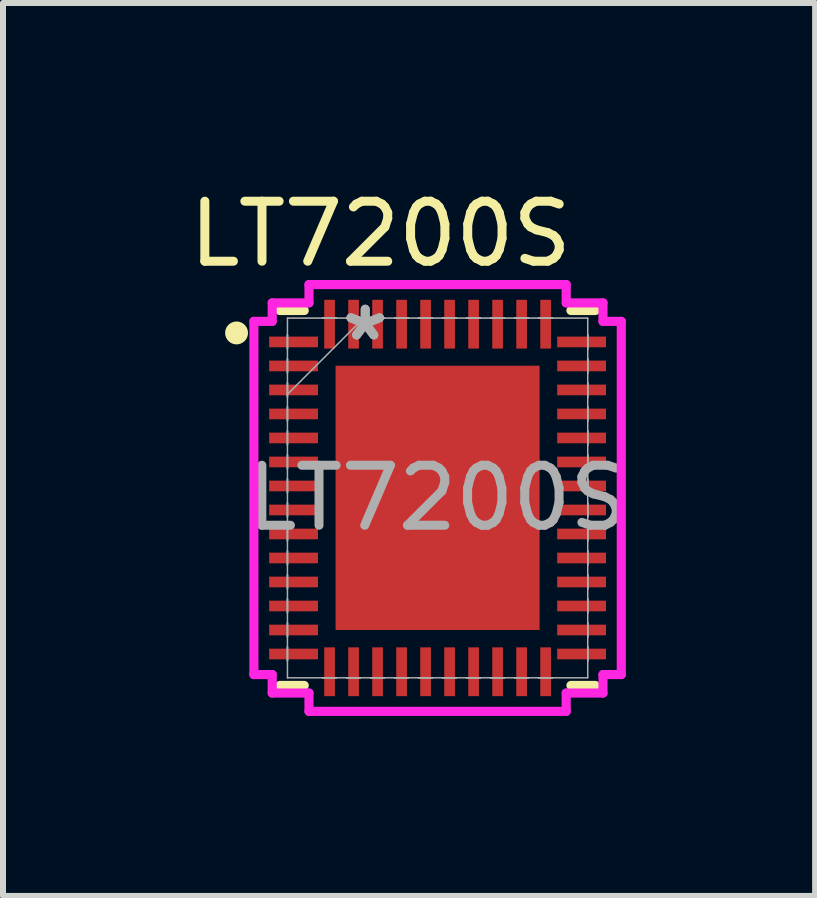
<source format=kicad_pcb>
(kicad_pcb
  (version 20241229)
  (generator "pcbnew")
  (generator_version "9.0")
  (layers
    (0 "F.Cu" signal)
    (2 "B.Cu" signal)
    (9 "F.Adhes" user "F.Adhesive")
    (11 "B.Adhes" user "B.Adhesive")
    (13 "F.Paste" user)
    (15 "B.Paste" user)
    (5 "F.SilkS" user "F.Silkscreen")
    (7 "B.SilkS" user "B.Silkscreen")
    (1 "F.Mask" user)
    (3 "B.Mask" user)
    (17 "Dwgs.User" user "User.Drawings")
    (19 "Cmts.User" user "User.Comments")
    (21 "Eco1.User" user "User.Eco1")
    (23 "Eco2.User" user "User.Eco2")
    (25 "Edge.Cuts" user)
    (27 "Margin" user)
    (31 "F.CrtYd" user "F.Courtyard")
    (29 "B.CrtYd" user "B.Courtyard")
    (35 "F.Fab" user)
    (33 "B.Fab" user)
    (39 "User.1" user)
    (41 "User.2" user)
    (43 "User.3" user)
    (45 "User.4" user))
  (footprint "LT7200S"
    (layer "F.Cu")
    (at 4.242 5.248)
    (property "Reference" "LT7200S" (at -0.95 -4.4 0) (unlocked yes) (layer "F.SilkS") (effects (font (size 1 1) (thickness 0.15))))
    (attr smd)
    (fp_line (start -2.629 3.124) (end -2.222 3.124) (stroke (width 0.152) (type solid)) (layer "F.SilkS"))
    (fp_line (start -2.222 -3.124) (end -2.629 -3.124) (stroke (width 0.152) (type solid)) (layer "F.SilkS"))
    (fp_line (start 2.222 3.124) (end 2.629 3.124) (stroke (width 0.152) (type solid)) (layer "F.SilkS"))
    (fp_line (start 2.629 -3.124) (end 2.222 -3.124) (stroke (width 0.152) (type solid)) (layer "F.SilkS"))
    (fp_circle (center -3.35 -2.75) (end -3.209 -2.75) (stroke (width 0.1) (type solid)) (fill yes) (layer "F.SilkS"))
    (fp_line (start -3.061 -2.943) (end -2.756 -2.943) (stroke (width 0.152) (type solid)) (layer "F.CrtYd"))
    (fp_line (start -3.061 2.943) (end -3.061 -2.943) (stroke (width 0.152) (type solid)) (layer "F.CrtYd"))
    (fp_line (start -2.756 -3.251) (end -2.143 -3.251) (stroke (width 0.152) (type solid)) (layer "F.CrtYd"))
    (fp_line (start -2.756 -2.943) (end -2.756 -3.251) (stroke (width 0.152) (type solid)) (layer "F.CrtYd"))
    (fp_line (start -2.756 2.943) (end -3.061 2.943) (stroke (width 0.152) (type solid)) (layer "F.CrtYd"))
    (fp_line (start -2.756 3.251) (end -2.756 2.943) (stroke (width 0.152) (type solid)) (layer "F.CrtYd"))
    (fp_line (start -2.143 -3.556) (end 2.143 -3.556) (stroke (width 0.152) (type solid)) (layer "F.CrtYd"))
    (fp_line (start -2.143 -3.251) (end -2.143 -3.556) (stroke (width 0.152) (type solid)) (layer "F.CrtYd"))
    (fp_line (start -2.143 3.251) (end -2.756 3.251) (stroke (width 0.152) (type solid)) (layer "F.CrtYd"))
    (fp_line (start -2.143 3.556) (end -2.143 3.251) (stroke (width 0.152) (type solid)) (layer "F.CrtYd"))
    (fp_line (start 2.143 -3.556) (end 2.143 -3.251) (stroke (width 0.152) (type solid)) (layer "F.CrtYd"))
    (fp_line (start 2.143 -3.251) (end 2.756 -3.251) (stroke (width 0.152) (type solid)) (layer "F.CrtYd"))
    (fp_line (start 2.143 3.251) (end 2.143 3.556) (stroke (width 0.152) (type solid)) (layer "F.CrtYd"))
    (fp_line (start 2.143 3.556) (end -2.143 3.556) (stroke (width 0.152) (type solid)) (layer "F.CrtYd"))
    (fp_line (start 2.756 -3.251) (end 2.756 -2.943) (stroke (width 0.152) (type solid)) (layer "F.CrtYd"))
    (fp_line (start 2.756 -2.943) (end 3.061 -2.943) (stroke (width 0.152) (type solid)) (layer "F.CrtYd"))
    (fp_line (start 2.756 2.943) (end 2.756 3.251) (stroke (width 0.152) (type solid)) (layer "F.CrtYd"))
    (fp_line (start 2.756 3.251) (end 2.143 3.251) (stroke (width 0.152) (type solid)) (layer "F.CrtYd"))
    (fp_line (start 3.061 -2.943) (end 3.061 2.943) (stroke (width 0.152) (type solid)) (layer "F.CrtYd"))
    (fp_line (start 3.061 2.943) (end 2.756 2.943) (stroke (width 0.152) (type solid)) (layer "F.CrtYd"))
    (fp_line (start -2.502 -2.997) (end -2.502 2.997) (stroke (width 0.025) (type solid)) (layer "F.Fab"))
    (fp_line (start -2.502 -2.714) (end -2.502 -2.714) (stroke (width 0.025) (type solid)) (layer "F.Fab"))
    (fp_line (start -2.502 -2.714) (end -2.502 -2.486) (stroke (width 0.025) (type solid)) (layer "F.Fab"))
    (fp_line (start -2.502 -2.486) (end -2.502 -2.714) (stroke (width 0.025) (type solid)) (layer "F.Fab"))
    (fp_line (start -2.502 -2.486) (end -2.502 -2.486) (stroke (width 0.025) (type solid)) (layer "F.Fab"))
    (fp_line (start -2.502 -2.314) (end -2.502 -2.314) (stroke (width 0.025) (type solid)) (layer "F.Fab"))
    (fp_line (start -2.502 -2.314) (end -2.502 -2.086) (stroke (width 0.025) (type solid)) (layer "F.Fab"))
    (fp_line (start -2.502 -2.086) (end -2.502 -2.314) (stroke (width 0.025) (type solid)) (layer "F.Fab"))
    (fp_line (start -2.502 -2.086) (end -2.502 -2.086) (stroke (width 0.025) (type solid)) (layer "F.Fab"))
    (fp_line (start -2.502 -1.914) (end -2.502 -1.914) (stroke (width 0.025) (type solid)) (layer "F.Fab"))
    (fp_line (start -2.502 -1.914) (end -2.502 -1.686) (stroke (width 0.025) (type solid)) (layer "F.Fab"))
    (fp_line (start -2.502 -1.727) (end -1.232 -2.997) (stroke (width 0.025) (type solid)) (layer "F.Fab"))
    (fp_line (start -2.502 -1.686) (end -2.502 -1.914) (stroke (width 0.025) (type solid)) (layer "F.Fab"))
    (fp_line (start -2.502 -1.686) (end -2.502 -1.686) (stroke (width 0.025) (type solid)) (layer "F.Fab"))
    (fp_line (start -2.502 -1.514) (end -2.502 -1.514) (stroke (width 0.025) (type solid)) (layer "F.Fab"))
    (fp_line (start -2.502 -1.514) (end -2.502 -1.286) (stroke (width 0.025) (type solid)) (layer "F.Fab"))
    (fp_line (start -2.502 -1.286) (end -2.502 -1.514) (stroke (width 0.025) (type solid)) (layer "F.Fab"))
    (fp_line (start -2.502 -1.286) (end -2.502 -1.286) (stroke (width 0.025) (type solid)) (layer "F.Fab"))
    (fp_line (start -2.502 -1.114) (end -2.502 -1.114) (stroke (width 0.025) (type solid)) (layer "F.Fab"))
    (fp_line (start -2.502 -1.114) (end -2.502 -0.886) (stroke (width 0.025) (type solid)) (layer "F.Fab"))
    (fp_line (start -2.502 -0.886) (end -2.502 -1.114) (stroke (width 0.025) (type solid)) (layer "F.Fab"))
    (fp_line (start -2.502 -0.886) (end -2.502 -0.886) (stroke (width 0.025) (type solid)) (layer "F.Fab"))
    (fp_line (start -2.502 -0.714) (end -2.502 -0.714) (stroke (width 0.025) (type solid)) (layer "F.Fab"))
    (fp_line (start -2.502 -0.714) (end -2.502 -0.486) (stroke (width 0.025) (type solid)) (layer "F.Fab"))
    (fp_line (start -2.502 -0.486) (end -2.502 -0.714) (stroke (width 0.025) (type solid)) (layer "F.Fab"))
    (fp_line (start -2.502 -0.486) (end -2.502 -0.486) (stroke (width 0.025) (type solid)) (layer "F.Fab"))
    (fp_line (start -2.502 -0.314) (end -2.502 -0.314) (stroke (width 0.025) (type solid)) (layer "F.Fab"))
    (fp_line (start -2.502 -0.314) (end -2.502 -0.086) (stroke (width 0.025) (type solid)) (layer "F.Fab"))
    (fp_line (start -2.502 -0.086) (end -2.502 -0.314) (stroke (width 0.025) (type solid)) (layer "F.Fab"))
    (fp_line (start -2.502 -0.086) (end -2.502 -0.086) (stroke (width 0.025) (type solid)) (layer "F.Fab"))
    (fp_line (start -2.502 0.086) (end -2.502 0.086) (stroke (width 0.025) (type solid)) (layer "F.Fab"))
    (fp_line (start -2.502 0.086) (end -2.502 0.314) (stroke (width 0.025) (type solid)) (layer "F.Fab"))
    (fp_line (start -2.502 0.314) (end -2.502 0.086) (stroke (width 0.025) (type solid)) (layer "F.Fab"))
    (fp_line (start -2.502 0.314) (end -2.502 0.314) (stroke (width 0.025) (type solid)) (layer "F.Fab"))
    (fp_line (start -2.502 0.486) (end -2.502 0.486) (stroke (width 0.025) (type solid)) (layer "F.Fab"))
    (fp_line (start -2.502 0.486) (end -2.502 0.714) (stroke (width 0.025) (type solid)) (layer "F.Fab"))
    (fp_line (start -2.502 0.714) (end -2.502 0.486) (stroke (width 0.025) (type solid)) (layer "F.Fab"))
    (fp_line (start -2.502 0.714) (end -2.502 0.714) (stroke (width 0.025) (type solid)) (layer "F.Fab"))
    (fp_line (start -2.502 0.886) (end -2.502 0.886) (stroke (width 0.025) (type solid)) (layer "F.Fab"))
    (fp_line (start -2.502 0.886) (end -2.502 1.114) (stroke (width 0.025) (type solid)) (layer "F.Fab"))
    (fp_line (start -2.502 1.114) (end -2.502 0.886) (stroke (width 0.025) (type solid)) (layer "F.Fab"))
    (fp_line (start -2.502 1.114) (end -2.502 1.114) (stroke (width 0.025) (type solid)) (layer "F.Fab"))
    (fp_line (start -2.502 1.286) (end -2.502 1.286) (stroke (width 0.025) (type solid)) (layer "F.Fab"))
    (fp_line (start -2.502 1.286) (end -2.502 1.514) (stroke (width 0.025) (type solid)) (layer "F.Fab"))
    (fp_line (start -2.502 1.514) (end -2.502 1.286) (stroke (width 0.025) (type solid)) (layer "F.Fab"))
    (fp_line (start -2.502 1.514) (end -2.502 1.514) (stroke (width 0.025) (type solid)) (layer "F.Fab"))
    (fp_line (start -2.502 1.686) (end -2.502 1.686) (stroke (width 0.025) (type solid)) (layer "F.Fab"))
    (fp_line (start -2.502 1.686) (end -2.502 1.914) (stroke (width 0.025) (type solid)) (layer "F.Fab"))
    (fp_line (start -2.502 1.914) (end -2.502 1.686) (stroke (width 0.025) (type solid)) (layer "F.Fab"))
    (fp_line (start -2.502 1.914) (end -2.502 1.914) (stroke (width 0.025) (type solid)) (layer "F.Fab"))
    (fp_line (start -2.502 2.086) (end -2.502 2.086) (stroke (width 0.025) (type solid)) (layer "F.Fab"))
    (fp_line (start -2.502 2.086) (end -2.502 2.314) (stroke (width 0.025) (type solid)) (layer "F.Fab"))
    (fp_line (start -2.502 2.314) (end -2.502 2.086) (stroke (width 0.025) (type solid)) (layer "F.Fab"))
    (fp_line (start -2.502 2.314) (end -2.502 2.314) (stroke (width 0.025) (type solid)) (layer "F.Fab"))
    (fp_line (start -2.502 2.486) (end -2.502 2.486) (stroke (width 0.025) (type solid)) (layer "F.Fab"))
    (fp_line (start -2.502 2.486) (end -2.502 2.714) (stroke (width 0.025) (type solid)) (layer "F.Fab"))
    (fp_line (start -2.502 2.714) (end -2.502 2.486) (stroke (width 0.025) (type solid)) (layer "F.Fab"))
    (fp_line (start -2.502 2.714) (end -2.502 2.714) (stroke (width 0.025) (type solid)) (layer "F.Fab"))
    (fp_line (start -2.502 2.997) (end 2.502 2.997) (stroke (width 0.025) (type solid)) (layer "F.Fab"))
    (fp_line (start -1.914 -2.997) (end -1.914 -2.997) (stroke (width 0.025) (type solid)) (layer "F.Fab"))
    (fp_line (start -1.914 -2.997) (end -1.686 -2.997) (stroke (width 0.025) (type solid)) (layer "F.Fab"))
    (fp_line (start -1.914 2.997) (end -1.914 2.997) (stroke (width 0.025) (type solid)) (layer "F.Fab"))
    (fp_line (start -1.914 2.997) (end -1.686 2.997) (stroke (width 0.025) (type solid)) (layer "F.Fab"))
    (fp_line (start -1.686 -2.997) (end -1.914 -2.997) (stroke (width 0.025) (type solid)) (layer "F.Fab"))
    (fp_line (start -1.686 -2.997) (end -1.686 -2.997) (stroke (width 0.025) (type solid)) (layer "F.Fab"))
    (fp_line (start -1.686 2.997) (end -1.914 2.997) (stroke (width 0.025) (type solid)) (layer "F.Fab"))
    (fp_line (start -1.686 2.997) (end -1.686 2.997) (stroke (width 0.025) (type solid)) (layer "F.Fab"))
    (fp_line (start -1.514 -2.997) (end -1.514 -2.997) (stroke (width 0.025) (type solid)) (layer "F.Fab"))
    (fp_line (start -1.514 -2.997) (end -1.286 -2.997) (stroke (width 0.025) (type solid)) (layer "F.Fab"))
    (fp_line (start -1.514 2.997) (end -1.514 2.997) (stroke (width 0.025) (type solid)) (layer "F.Fab"))
    (fp_line (start -1.514 2.997) (end -1.286 2.997) (stroke (width 0.025) (type solid)) (layer "F.Fab"))
    (fp_line (start -1.286 -2.997) (end -1.514 -2.997) (stroke (width 0.025) (type solid)) (layer "F.Fab"))
    (fp_line (start -1.286 -2.997) (end -1.286 -2.997) (stroke (width 0.025) (type solid)) (layer "F.Fab"))
    (fp_line (start -1.286 2.997) (end -1.514 2.997) (stroke (width 0.025) (type solid)) (layer "F.Fab"))
    (fp_line (start -1.286 2.997) (end -1.286 2.997) (stroke (width 0.025) (type solid)) (layer "F.Fab"))
    (fp_line (start -1.114 -2.997) (end -1.114 -2.997) (stroke (width 0.025) (type solid)) (layer "F.Fab"))
    (fp_line (start -1.114 -2.997) (end -0.886 -2.997) (stroke (width 0.025) (type solid)) (layer "F.Fab"))
    (fp_line (start -1.114 2.997) (end -1.114 2.997) (stroke (width 0.025) (type solid)) (layer "F.Fab"))
    (fp_line (start -1.114 2.997) (end -0.886 2.997) (stroke (width 0.025) (type solid)) (layer "F.Fab"))
    (fp_line (start -0.886 -2.997) (end -1.114 -2.997) (stroke (width 0.025) (type solid)) (layer "F.Fab"))
    (fp_line (start -0.886 -2.997) (end -0.886 -2.997) (stroke (width 0.025) (type solid)) (layer "F.Fab"))
    (fp_line (start -0.886 2.997) (end -1.114 2.997) (stroke (width 0.025) (type solid)) (layer "F.Fab"))
    (fp_line (start -0.886 2.997) (end -0.886 2.997) (stroke (width 0.025) (type solid)) (layer "F.Fab"))
    (fp_line (start -0.714 -2.997) (end -0.714 -2.997) (stroke (width 0.025) (type solid)) (layer "F.Fab"))
    (fp_line (start -0.714 -2.997) (end -0.486 -2.997) (stroke (width 0.025) (type solid)) (layer "F.Fab"))
    (fp_line (start -0.714 2.997) (end -0.714 2.997) (stroke (width 0.025) (type solid)) (layer "F.Fab"))
    (fp_line (start -0.714 2.997) (end -0.486 2.997) (stroke (width 0.025) (type solid)) (layer "F.Fab"))
    (fp_line (start -0.486 -2.997) (end -0.714 -2.997) (stroke (width 0.025) (type solid)) (layer "F.Fab"))
    (fp_line (start -0.486 -2.997) (end -0.486 -2.997) (stroke (width 0.025) (type solid)) (layer "F.Fab"))
    (fp_line (start -0.486 2.997) (end -0.714 2.997) (stroke (width 0.025) (type solid)) (layer "F.Fab"))
    (fp_line (start -0.486 2.997) (end -0.486 2.997) (stroke (width 0.025) (type solid)) (layer "F.Fab"))
    (fp_line (start -0.314 -2.997) (end -0.314 -2.997) (stroke (width 0.025) (type solid)) (layer "F.Fab"))
    (fp_line (start -0.314 -2.997) (end -0.086 -2.997) (stroke (width 0.025) (type solid)) (layer "F.Fab"))
    (fp_line (start -0.314 2.997) (end -0.314 2.997) (stroke (width 0.025) (type solid)) (layer "F.Fab"))
    (fp_line (start -0.314 2.997) (end -0.086 2.997) (stroke (width 0.025) (type solid)) (layer "F.Fab"))
    (fp_line (start -0.086 -2.997) (end -0.314 -2.997) (stroke (width 0.025) (type solid)) (layer "F.Fab"))
    (fp_line (start -0.086 -2.997) (end -0.086 -2.997) (stroke (width 0.025) (type solid)) (layer "F.Fab"))
    (fp_line (start -0.086 2.997) (end -0.314 2.997) (stroke (width 0.025) (type solid)) (layer "F.Fab"))
    (fp_line (start -0.086 2.997) (end -0.086 2.997) (stroke (width 0.025) (type solid)) (layer "F.Fab"))
    (fp_line (start 0.086 -2.997) (end 0.086 -2.997) (stroke (width 0.025) (type solid)) (layer "F.Fab"))
    (fp_line (start 0.086 -2.997) (end 0.314 -2.997) (stroke (width 0.025) (type solid)) (layer "F.Fab"))
    (fp_line (start 0.086 2.997) (end 0.086 2.997) (stroke (width 0.025) (type solid)) (layer "F.Fab"))
    (fp_line (start 0.086 2.997) (end 0.314 2.997) (stroke (width 0.025) (type solid)) (layer "F.Fab"))
    (fp_line (start 0.314 -2.997) (end 0.086 -2.997) (stroke (width 0.025) (type solid)) (layer "F.Fab"))
    (fp_line (start 0.314 -2.997) (end 0.314 -2.997) (stroke (width 0.025) (type solid)) (layer "F.Fab"))
    (fp_line (start 0.314 2.997) (end 0.086 2.997) (stroke (width 0.025) (type solid)) (layer "F.Fab"))
    (fp_line (start 0.314 2.997) (end 0.314 2.997) (stroke (width 0.025) (type solid)) (layer "F.Fab"))
    (fp_line (start 0.486 -2.997) (end 0.486 -2.997) (stroke (width 0.025) (type solid)) (layer "F.Fab"))
    (fp_line (start 0.486 -2.997) (end 0.714 -2.997) (stroke (width 0.025) (type solid)) (layer "F.Fab"))
    (fp_line (start 0.486 2.997) (end 0.486 2.997) (stroke (width 0.025) (type solid)) (layer "F.Fab"))
    (fp_line (start 0.486 2.997) (end 0.714 2.997) (stroke (width 0.025) (type solid)) (layer "F.Fab"))
    (fp_line (start 0.714 -2.997) (end 0.486 -2.997) (stroke (width 0.025) (type solid)) (layer "F.Fab"))
    (fp_line (start 0.714 -2.997) (end 0.714 -2.997) (stroke (width 0.025) (type solid)) (layer "F.Fab"))
    (fp_line (start 0.714 2.997) (end 0.486 2.997) (stroke (width 0.025) (type solid)) (layer "F.Fab"))
    (fp_line (start 0.714 2.997) (end 0.714 2.997) (stroke (width 0.025) (type solid)) (layer "F.Fab"))
    (fp_line (start 0.886 -2.997) (end 0.886 -2.997) (stroke (width 0.025) (type solid)) (layer "F.Fab"))
    (fp_line (start 0.886 -2.997) (end 1.114 -2.997) (stroke (width 0.025) (type solid)) (layer "F.Fab"))
    (fp_line (start 0.886 2.997) (end 0.886 2.997) (stroke (width 0.025) (type solid)) (layer "F.Fab"))
    (fp_line (start 0.886 2.997) (end 1.114 2.997) (stroke (width 0.025) (type solid)) (layer "F.Fab"))
    (fp_line (start 1.114 -2.997) (end 0.886 -2.997) (stroke (width 0.025) (type solid)) (layer "F.Fab"))
    (fp_line (start 1.114 -2.997) (end 1.114 -2.997) (stroke (width 0.025) (type solid)) (layer "F.Fab"))
    (fp_line (start 1.114 2.997) (end 0.886 2.997) (stroke (width 0.025) (type solid)) (layer "F.Fab"))
    (fp_line (start 1.114 2.997) (end 1.114 2.997) (stroke (width 0.025) (type solid)) (layer "F.Fab"))
    (fp_line (start 1.286 -2.997) (end 1.286 -2.997) (stroke (width 0.025) (type solid)) (layer "F.Fab"))
    (fp_line (start 1.286 -2.997) (end 1.514 -2.997) (stroke (width 0.025) (type solid)) (layer "F.Fab"))
    (fp_line (start 1.286 2.997) (end 1.286 2.997) (stroke (width 0.025) (type solid)) (layer "F.Fab"))
    (fp_line (start 1.286 2.997) (end 1.514 2.997) (stroke (width 0.025) (type solid)) (layer "F.Fab"))
    (fp_line (start 1.514 -2.997) (end 1.286 -2.997) (stroke (width 0.025) (type solid)) (layer "F.Fab"))
    (fp_line (start 1.514 -2.997) (end 1.514 -2.997) (stroke (width 0.025) (type solid)) (layer "F.Fab"))
    (fp_line (start 1.514 2.997) (end 1.286 2.997) (stroke (width 0.025) (type solid)) (layer "F.Fab"))
    (fp_line (start 1.514 2.997) (end 1.514 2.997) (stroke (width 0.025) (type solid)) (layer "F.Fab"))
    (fp_line (start 1.686 -2.997) (end 1.686 -2.997) (stroke (width 0.025) (type solid)) (layer "F.Fab"))
    (fp_line (start 1.686 -2.997) (end 1.914 -2.997) (stroke (width 0.025) (type solid)) (layer "F.Fab"))
    (fp_line (start 1.686 2.997) (end 1.686 2.997) (stroke (width 0.025) (type solid)) (layer "F.Fab"))
    (fp_line (start 1.686 2.997) (end 1.914 2.997) (stroke (width 0.025) (type solid)) (layer "F.Fab"))
    (fp_line (start 1.914 -2.997) (end 1.686 -2.997) (stroke (width 0.025) (type solid)) (layer "F.Fab"))
    (fp_line (start 1.914 -2.997) (end 1.914 -2.997) (stroke (width 0.025) (type solid)) (layer "F.Fab"))
    (fp_line (start 1.914 2.997) (end 1.686 2.997) (stroke (width 0.025) (type solid)) (layer "F.Fab"))
    (fp_line (start 1.914 2.997) (end 1.914 2.997) (stroke (width 0.025) (type solid)) (layer "F.Fab"))
    (fp_line (start 2.502 -2.997) (end -2.502 -2.997) (stroke (width 0.025) (type solid)) (layer "F.Fab"))
    (fp_line (start 2.502 -2.714) (end 2.502 -2.714) (stroke (width 0.025) (type solid)) (layer "F.Fab"))
    (fp_line (start 2.502 -2.714) (end 2.502 -2.486) (stroke (width 0.025) (type solid)) (layer "F.Fab"))
    (fp_line (start 2.502 -2.486) (end 2.502 -2.714) (stroke (width 0.025) (type solid)) (layer "F.Fab"))
    (fp_line (start 2.502 -2.486) (end 2.502 -2.486) (stroke (width 0.025) (type solid)) (layer "F.Fab"))
    (fp_line (start 2.502 -2.314) (end 2.502 -2.314) (stroke (width 0.025) (type solid)) (layer "F.Fab"))
    (fp_line (start 2.502 -2.314) (end 2.502 -2.086) (stroke (width 0.025) (type solid)) (layer "F.Fab"))
    (fp_line (start 2.502 -2.086) (end 2.502 -2.314) (stroke (width 0.025) (type solid)) (layer "F.Fab"))
    (fp_line (start 2.502 -2.086) (end 2.502 -2.086) (stroke (width 0.025) (type solid)) (layer "F.Fab"))
    (fp_line (start 2.502 -1.914) (end 2.502 -1.914) (stroke (width 0.025) (type solid)) (layer "F.Fab"))
    (fp_line (start 2.502 -1.914) (end 2.502 -1.686) (stroke (width 0.025) (type solid)) (layer "F.Fab"))
    (fp_line (start 2.502 -1.686) (end 2.502 -1.914) (stroke (width 0.025) (type solid)) (layer "F.Fab"))
    (fp_line (start 2.502 -1.686) (end 2.502 -1.686) (stroke (width 0.025) (type solid)) (layer "F.Fab"))
    (fp_line (start 2.502 -1.514) (end 2.502 -1.514) (stroke (width 0.025) (type solid)) (layer "F.Fab"))
    (fp_line (start 2.502 -1.514) (end 2.502 -1.286) (stroke (width 0.025) (type solid)) (layer "F.Fab"))
    (fp_line (start 2.502 -1.286) (end 2.502 -1.514) (stroke (width 0.025) (type solid)) (layer "F.Fab"))
    (fp_line (start 2.502 -1.286) (end 2.502 -1.286) (stroke (width 0.025) (type solid)) (layer "F.Fab"))
    (fp_line (start 2.502 -1.114) (end 2.502 -1.114) (stroke (width 0.025) (type solid)) (layer "F.Fab"))
    (fp_line (start 2.502 -1.114) (end 2.502 -0.886) (stroke (width 0.025) (type solid)) (layer "F.Fab"))
    (fp_line (start 2.502 -0.886) (end 2.502 -1.114) (stroke (width 0.025) (type solid)) (layer "F.Fab"))
    (fp_line (start 2.502 -0.886) (end 2.502 -0.886) (stroke (width 0.025) (type solid)) (layer "F.Fab"))
    (fp_line (start 2.502 -0.714) (end 2.502 -0.714) (stroke (width 0.025) (type solid)) (layer "F.Fab"))
    (fp_line (start 2.502 -0.714) (end 2.502 -0.486) (stroke (width 0.025) (type solid)) (layer "F.Fab"))
    (fp_line (start 2.502 -0.486) (end 2.502 -0.714) (stroke (width 0.025) (type solid)) (layer "F.Fab"))
    (fp_line (start 2.502 -0.486) (end 2.502 -0.486) (stroke (width 0.025) (type solid)) (layer "F.Fab"))
    (fp_line (start 2.502 -0.314) (end 2.502 -0.314) (stroke (width 0.025) (type solid)) (layer "F.Fab"))
    (fp_line (start 2.502 -0.314) (end 2.502 -0.086) (stroke (width 0.025) (type solid)) (layer "F.Fab"))
    (fp_line (start 2.502 -0.086) (end 2.502 -0.314) (stroke (width 0.025) (type solid)) (layer "F.Fab"))
    (fp_line (start 2.502 -0.086) (end 2.502 -0.086) (stroke (width 0.025) (type solid)) (layer "F.Fab"))
    (fp_line (start 2.502 0.086) (end 2.502 0.086) (stroke (width 0.025) (type solid)) (layer "F.Fab"))
    (fp_line (start 2.502 0.086) (end 2.502 0.314) (stroke (width 0.025) (type solid)) (layer "F.Fab"))
    (fp_line (start 2.502 0.314) (end 2.502 0.086) (stroke (width 0.025) (type solid)) (layer "F.Fab"))
    (fp_line (start 2.502 0.314) (end 2.502 0.314) (stroke (width 0.025) (type solid)) (layer "F.Fab"))
    (fp_line (start 2.502 0.486) (end 2.502 0.486) (stroke (width 0.025) (type solid)) (layer "F.Fab"))
    (fp_line (start 2.502 0.486) (end 2.502 0.714) (stroke (width 0.025) (type solid)) (layer "F.Fab"))
    (fp_line (start 2.502 0.714) (end 2.502 0.486) (stroke (width 0.025) (type solid)) (layer "F.Fab"))
    (fp_line (start 2.502 0.714) (end 2.502 0.714) (stroke (width 0.025) (type solid)) (layer "F.Fab"))
    (fp_line (start 2.502 0.886) (end 2.502 0.886) (stroke (width 0.025) (type solid)) (layer "F.Fab"))
    (fp_line (start 2.502 0.886) (end 2.502 1.114) (stroke (width 0.025) (type solid)) (layer "F.Fab"))
    (fp_line (start 2.502 1.114) (end 2.502 0.886) (stroke (width 0.025) (type solid)) (layer "F.Fab"))
    (fp_line (start 2.502 1.114) (end 2.502 1.114) (stroke (width 0.025) (type solid)) (layer "F.Fab"))
    (fp_line (start 2.502 1.286) (end 2.502 1.286) (stroke (width 0.025) (type solid)) (layer "F.Fab"))
    (fp_line (start 2.502 1.286) (end 2.502 1.514) (stroke (width 0.025) (type solid)) (layer "F.Fab"))
    (fp_line (start 2.502 1.514) (end 2.502 1.286) (stroke (width 0.025) (type solid)) (layer "F.Fab"))
    (fp_line (start 2.502 1.514) (end 2.502 1.514) (stroke (width 0.025) (type solid)) (layer "F.Fab"))
    (fp_line (start 2.502 1.686) (end 2.502 1.686) (stroke (width 0.025) (type solid)) (layer "F.Fab"))
    (fp_line (start 2.502 1.686) (end 2.502 1.914) (stroke (width 0.025) (type solid)) (layer "F.Fab"))
    (fp_line (start 2.502 1.914) (end 2.502 1.686) (stroke (width 0.025) (type solid)) (layer "F.Fab"))
    (fp_line (start 2.502 1.914) (end 2.502 1.914) (stroke (width 0.025) (type solid)) (layer "F.Fab"))
    (fp_line (start 2.502 2.086) (end 2.502 2.086) (stroke (width 0.025) (type solid)) (layer "F.Fab"))
    (fp_line (start 2.502 2.086) (end 2.502 2.314) (stroke (width 0.025) (type solid)) (layer "F.Fab"))
    (fp_line (start 2.502 2.314) (end 2.502 2.086) (stroke (width 0.025) (type solid)) (layer "F.Fab"))
    (fp_line (start 2.502 2.314) (end 2.502 2.314) (stroke (width 0.025) (type solid)) (layer "F.Fab"))
    (fp_line (start 2.502 2.486) (end 2.502 2.486) (stroke (width 0.025) (type solid)) (layer "F.Fab"))
    (fp_line (start 2.502 2.486) (end 2.502 2.714) (stroke (width 0.025) (type solid)) (layer "F.Fab"))
    (fp_line (start 2.502 2.714) (end 2.502 2.486) (stroke (width 0.025) (type solid)) (layer "F.Fab"))
    (fp_line (start 2.502 2.714) (end 2.502 2.714) (stroke (width 0.025) (type solid)) (layer "F.Fab"))
    (fp_line (start 2.502 2.997) (end 2.502 -2.997) (stroke (width 0.025) (type solid)) (layer "F.Fab"))
    (fp_text user "*" (at -1.206 -2.6 0) (layer "F.Fab") (effects (font (size 1 1) (thickness 0.15))))
    (fp_text user "*" (at -1.206 -2.6 0) (unlocked yes) (layer "F.Fab") (effects (font (size 1 1) (thickness 0.15))))
    (fp_text user "${REFERENCE}" (at 0 0 0) (unlocked yes) (layer "F.Fab") (effects (font (size 1 1) (thickness 0.15))))
    (pad "1" smd rect (at -2.4 -2.6 90) (size 0.178 0.813) (layers "F.Cu" "F.Mask" "F.Paste"))
    (pad "2" smd rect (at -2.4 -2.2 90) (size 0.178 0.813) (layers "F.Cu" "F.Mask" "F.Paste"))
    (pad "3" smd rect (at -2.4 -1.8 90) (size 0.178 0.813) (layers "F.Cu" "F.Mask" "F.Paste"))
    (pad "4" smd rect (at -2.4 -1.4 90) (size 0.178 0.813) (layers "F.Cu" "F.Mask" "F.Paste"))
    (pad "5" smd rect (at -2.4 -1 90) (size 0.178 0.813) (layers "F.Cu" "F.Mask" "F.Paste"))
    (pad "6" smd rect (at -2.4 -0.6 90) (size 0.178 0.813) (layers "F.Cu" "F.Mask" "F.Paste"))
    (pad "7" smd rect (at -2.4 -0.2 90) (size 0.178 0.813) (layers "F.Cu" "F.Mask" "F.Paste"))
    (pad "8" smd rect (at -2.4 0.2 90) (size 0.178 0.813) (layers "F.Cu" "F.Mask" "F.Paste"))
    (pad "9" smd rect (at -2.4 0.6 90) (size 0.178 0.813) (layers "F.Cu" "F.Mask" "F.Paste"))
    (pad "10" smd rect (at -2.4 1 90) (size 0.178 0.813) (layers "F.Cu" "F.Mask" "F.Paste"))
    (pad "11" smd rect (at -2.4 1.4 90) (size 0.178 0.813) (layers "F.Cu" "F.Mask" "F.Paste"))
    (pad "12" smd rect (at -2.4 1.8 90) (size 0.178 0.813) (layers "F.Cu" "F.Mask" "F.Paste"))
    (pad "13" smd rect (at -2.4 2.2 90) (size 0.178 0.813) (layers "F.Cu" "F.Mask" "F.Paste"))
    (pad "14" smd rect (at -2.4 2.6 90) (size 0.178 0.813) (layers "F.Cu" "F.Mask" "F.Paste"))
    (pad "15" smd rect (at -1.8 2.896) (size 0.178 0.813) (layers "F.Cu" "F.Mask" "F.Paste"))
    (pad "16" smd rect (at -1.4 2.896) (size 0.178 0.813) (layers "F.Cu" "F.Mask" "F.Paste"))
    (pad "17" smd rect (at -1 2.896) (size 0.178 0.813) (layers "F.Cu" "F.Mask" "F.Paste"))
    (pad "18" smd rect (at -0.6 2.896) (size 0.178 0.813) (layers "F.Cu" "F.Mask" "F.Paste"))
    (pad "19" smd rect (at -0.2 2.896) (size 0.178 0.813) (layers "F.Cu" "F.Mask" "F.Paste"))
    (pad "20" smd rect (at 0.2 2.896) (size 0.178 0.813) (layers "F.Cu" "F.Mask" "F.Paste"))
    (pad "21" smd rect (at 0.6 2.896) (size 0.178 0.813) (layers "F.Cu" "F.Mask" "F.Paste"))
    (pad "22" smd rect (at 1 2.896) (size 0.178 0.813) (layers "F.Cu" "F.Mask" "F.Paste"))
    (pad "23" smd rect (at 1.4 2.896) (size 0.178 0.813) (layers "F.Cu" "F.Mask" "F.Paste"))
    (pad "24" smd rect (at 1.8 2.896) (size 0.178 0.813) (layers "F.Cu" "F.Mask" "F.Paste"))
    (pad "25" smd rect (at 2.4 2.6 90) (size 0.178 0.813) (layers "F.Cu" "F.Mask" "F.Paste"))
    (pad "26" smd rect (at 2.4 2.2 90) (size 0.178 0.813) (layers "F.Cu" "F.Mask" "F.Paste"))
    (pad "27" smd rect (at 2.4 1.8 90) (size 0.178 0.813) (layers "F.Cu" "F.Mask" "F.Paste"))
    (pad "28" smd rect (at 2.4 1.4 90) (size 0.178 0.813) (layers "F.Cu" "F.Mask" "F.Paste"))
    (pad "29" smd rect (at 2.4 1 90) (size 0.178 0.813) (layers "F.Cu" "F.Mask" "F.Paste"))
    (pad "30" smd rect (at 2.4 0.6 90) (size 0.178 0.813) (layers "F.Cu" "F.Mask" "F.Paste"))
    (pad "31" smd rect (at 2.4 0.2 90) (size 0.178 0.813) (layers "F.Cu" "F.Mask" "F.Paste"))
    (pad "32" smd rect (at 2.4 -0.2 90) (size 0.178 0.813) (layers "F.Cu" "F.Mask" "F.Paste"))
    (pad "33" smd rect (at 2.4 -0.6 90) (size 0.178 0.813) (layers "F.Cu" "F.Mask" "F.Paste"))
    (pad "34" smd rect (at 2.4 -1 90) (size 0.178 0.813) (layers "F.Cu" "F.Mask" "F.Paste"))
    (pad "35" smd rect (at 2.4 -1.4 90) (size 0.178 0.813) (layers "F.Cu" "F.Mask" "F.Paste"))
    (pad "36" smd rect (at 2.4 -1.8 90) (size 0.178 0.813) (layers "F.Cu" "F.Mask" "F.Paste"))
    (pad "37" smd rect (at 2.4 -2.2 90) (size 0.178 0.813) (layers "F.Cu" "F.Mask" "F.Paste"))
    (pad "38" smd rect (at 2.4 -2.6 90) (size 0.178 0.813) (layers "F.Cu" "F.Mask" "F.Paste"))
    (pad "39" smd rect (at 1.8 -2.896) (size 0.178 0.813) (layers "F.Cu" "F.Mask" "F.Paste"))
    (pad "40" smd rect (at 1.4 -2.896) (size 0.178 0.813) (layers "F.Cu" "F.Mask" "F.Paste"))
    (pad "41" smd rect (at 1 -2.896) (size 0.178 0.813) (layers "F.Cu" "F.Mask" "F.Paste"))
    (pad "42" smd rect (at 0.6 -2.896) (size 0.178 0.813) (layers "F.Cu" "F.Mask" "F.Paste"))
    (pad "43" smd rect (at 0.2 -2.896) (size 0.178 0.813) (layers "F.Cu" "F.Mask" "F.Paste"))
    (pad "44" smd rect (at -0.2 -2.896) (size 0.178 0.813) (layers "F.Cu" "F.Mask" "F.Paste"))
    (pad "45" smd rect (at -0.6 -2.896) (size 0.178 0.813) (layers "F.Cu" "F.Mask" "F.Paste"))
    (pad "46" smd rect (at -1 -2.896) (size 0.178 0.813) (layers "F.Cu" "F.Mask" "F.Paste"))
    (pad "47" smd rect (at -1.4 -2.896) (size 0.178 0.813) (layers "F.Cu" "F.Mask" "F.Paste"))
    (pad "48" smd rect (at -1.8 -2.896) (size 0.178 0.813) (layers "F.Cu" "F.Mask" "F.Paste"))
    (pad "49" smd rect (at -0.00005 -0.002) (size 3.4 4.404) (layers "F.Cu" "F.Mask" "F.Paste")))
  (gr_rect
    (start -3 -3)
    (end 10.533 11.88)
    (stroke (width 0.1) (type default))
    (fill no)
    (layer "Edge.Cuts")))
</source>
